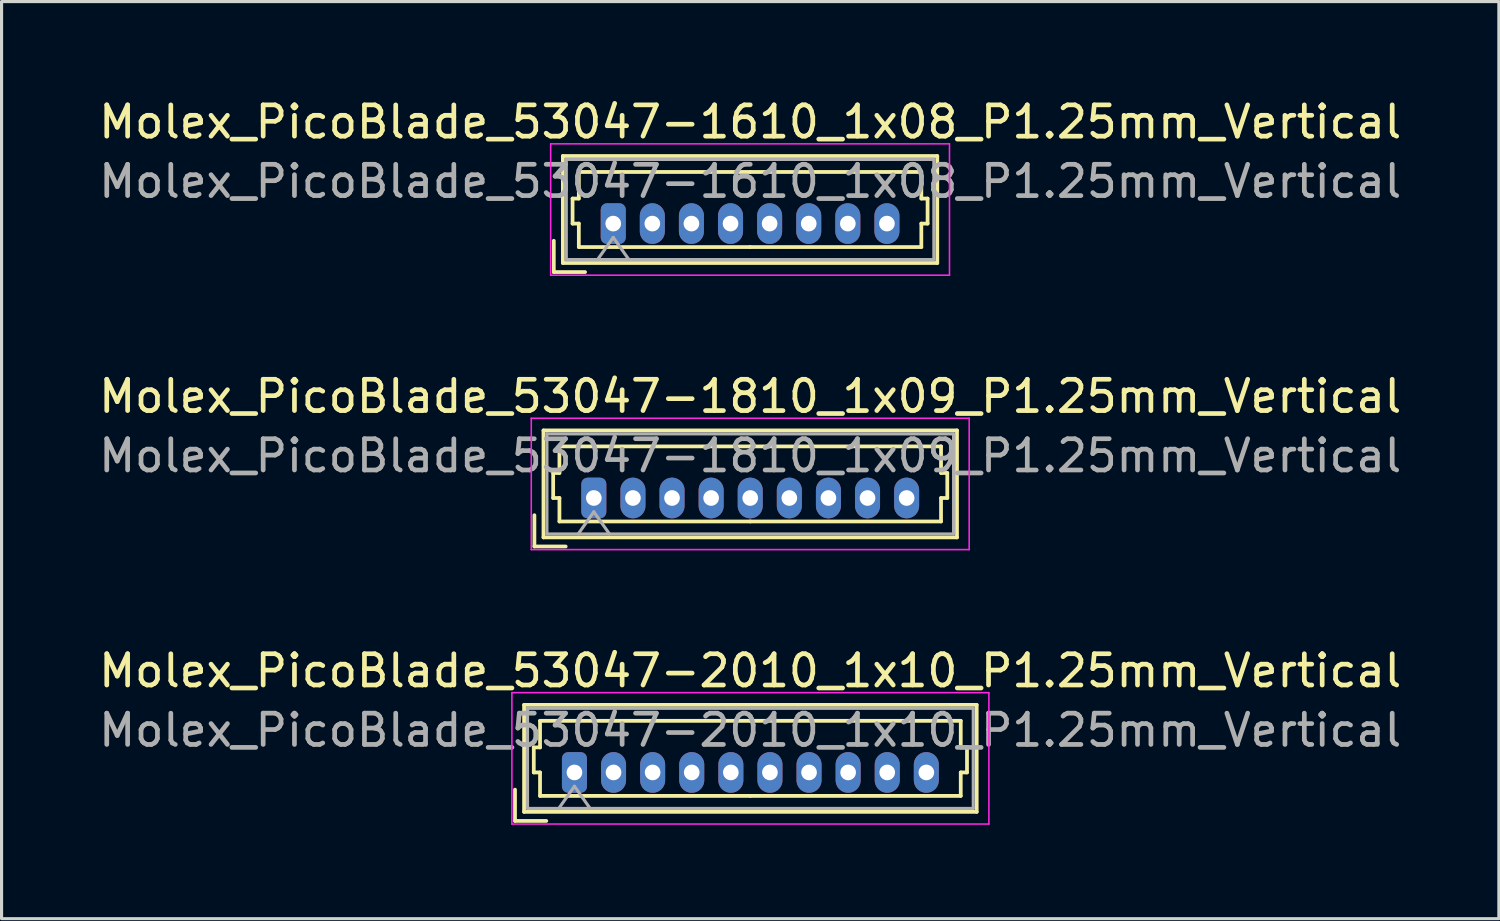
<source format=kicad_pcb>
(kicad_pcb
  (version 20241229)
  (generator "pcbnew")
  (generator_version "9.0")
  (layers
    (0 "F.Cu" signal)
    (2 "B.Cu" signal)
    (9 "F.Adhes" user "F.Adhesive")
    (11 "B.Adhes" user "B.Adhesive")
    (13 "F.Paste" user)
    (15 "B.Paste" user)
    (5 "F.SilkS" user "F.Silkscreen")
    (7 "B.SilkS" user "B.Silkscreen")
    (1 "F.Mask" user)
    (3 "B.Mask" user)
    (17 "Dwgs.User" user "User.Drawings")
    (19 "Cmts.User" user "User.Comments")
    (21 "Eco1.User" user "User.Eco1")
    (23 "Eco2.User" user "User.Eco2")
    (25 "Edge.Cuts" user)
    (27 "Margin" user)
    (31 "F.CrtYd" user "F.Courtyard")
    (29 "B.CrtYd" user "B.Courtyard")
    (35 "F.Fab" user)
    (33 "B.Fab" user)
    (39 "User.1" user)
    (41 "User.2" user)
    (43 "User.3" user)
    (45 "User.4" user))
  (footprint "Molex_PicoBlade_53047-2010_1x10_P1.25mm_Vertical"
    (layer "F.Cu")
    (at 15.315 21.645)
    (property "Reference" "Molex_PicoBlade_53047-2010_1x10_P1.25mm_Vertical" (at 5.62 -3.25 0) (layer "F.SilkS") (effects (font (size 1 1) (thickness 0.15))))
    (attr through_hole)
    (fp_line (start -1.9 1.55) (end -1.9 0.55) (stroke (width 0.12) (type solid)) (layer "F.SilkS"))
    (fp_line (start -1.9 1.55) (end -0.9 1.55) (stroke (width 0.12) (type solid)) (layer "F.SilkS"))
    (fp_line (start -1.61 -2.16) (end -1.61 1.26) (stroke (width 0.12) (type solid)) (layer "F.SilkS"))
    (fp_line (start -1.61 1.26) (end 12.86 1.26) (stroke (width 0.12) (type solid)) (layer "F.SilkS"))
    (fp_line (start -1.3 -0.8) (end -1.1 -0.8) (stroke (width 0.12) (type solid)) (layer "F.SilkS"))
    (fp_line (start -1.3 0) (end -1.3 -0.8) (stroke (width 0.12) (type solid)) (layer "F.SilkS"))
    (fp_line (start -1.1 -1.65) (end 5.625 -1.65) (stroke (width 0.12) (type solid)) (layer "F.SilkS"))
    (fp_line (start -1.1 -0.8) (end -1.1 -1.65) (stroke (width 0.12) (type solid)) (layer "F.SilkS"))
    (fp_line (start -1.1 0) (end -1.3 0) (stroke (width 0.12) (type solid)) (layer "F.SilkS"))
    (fp_line (start -1.1 0.75) (end -1.1 0) (stroke (width 0.12) (type solid)) (layer "F.SilkS"))
    (fp_line (start 5.625 0.75) (end -1.1 0.75) (stroke (width 0.12) (type solid)) (layer "F.SilkS"))
    (fp_line (start 5.625 0.75) (end 12.35 0.75) (stroke (width 0.12) (type solid)) (layer "F.SilkS"))
    (fp_line (start 12.35 -1.65) (end 5.625 -1.65) (stroke (width 0.12) (type solid)) (layer "F.SilkS"))
    (fp_line (start 12.35 -0.8) (end 12.35 -1.65) (stroke (width 0.12) (type solid)) (layer "F.SilkS"))
    (fp_line (start 12.35 0) (end 12.55 0) (stroke (width 0.12) (type solid)) (layer "F.SilkS"))
    (fp_line (start 12.35 0.75) (end 12.35 0) (stroke (width 0.12) (type solid)) (layer "F.SilkS"))
    (fp_line (start 12.55 -0.8) (end 12.35 -0.8) (stroke (width 0.12) (type solid)) (layer "F.SilkS"))
    (fp_line (start 12.55 0) (end 12.55 -0.8) (stroke (width 0.12) (type solid)) (layer "F.SilkS"))
    (fp_line (start 12.86 -2.16) (end -1.61 -2.16) (stroke (width 0.12) (type solid)) (layer "F.SilkS"))
    (fp_line (start 12.86 1.26) (end 12.86 -2.16) (stroke (width 0.12) (type solid)) (layer "F.SilkS"))
    (fp_line (start -2 -2.55) (end -2 1.65) (stroke (width 0.05) (type solid)) (layer "F.CrtYd"))
    (fp_line (start -2 1.65) (end 13.25 1.65) (stroke (width 0.05) (type solid)) (layer "F.CrtYd"))
    (fp_line (start 13.25 -2.55) (end -2 -2.55) (stroke (width 0.05) (type solid)) (layer "F.CrtYd"))
    (fp_line (start 13.25 1.65) (end 13.25 -2.55) (stroke (width 0.05) (type solid)) (layer "F.CrtYd"))
    (fp_line (start -1.5 -2.05) (end -1.5 1.15) (stroke (width 0.1) (type solid)) (layer "F.Fab"))
    (fp_line (start -1.5 1.15) (end 12.75 1.15) (stroke (width 0.1) (type solid)) (layer "F.Fab"))
    (fp_line (start -0.5 1.15) (end 0 0.443) (stroke (width 0.1) (type solid)) (layer "F.Fab"))
    (fp_line (start 0 0.443) (end 0.5 1.15) (stroke (width 0.1) (type solid)) (layer "F.Fab"))
    (fp_line (start 12.75 -2.05) (end -1.5 -2.05) (stroke (width 0.1) (type solid)) (layer "F.Fab"))
    (fp_line (start 12.75 1.15) (end 12.75 -2.05) (stroke (width 0.1) (type solid)) (layer "F.Fab"))
    (fp_text user "${REFERENCE}" (at 5.62 -1.35 0) (layer "F.Fab") (effects (font (size 1 1) (thickness 0.15))))
    (pad "1" thru_hole roundrect (at 0 0) (size 0.8 1.3) (drill 0.5) (layers "*.Cu" "*.Mask") (roundrect_rratio 0.25))
    (pad "2" thru_hole oval (at 1.25 0) (size 0.8 1.3) (drill 0.5) (layers "*.Cu" "*.Mask"))
    (pad "3" thru_hole oval (at 2.5 0) (size 0.8 1.3) (drill 0.5) (layers "*.Cu" "*.Mask"))
    (pad "4" thru_hole oval (at 3.75 0) (size 0.8 1.3) (drill 0.5) (layers "*.Cu" "*.Mask"))
    (pad "5" thru_hole oval (at 5 0) (size 0.8 1.3) (drill 0.5) (layers "*.Cu" "*.Mask"))
    (pad "6" thru_hole oval (at 6.25 0) (size 0.8 1.3) (drill 0.5) (layers "*.Cu" "*.Mask"))
    (pad "7" thru_hole oval (at 7.5 0) (size 0.8 1.3) (drill 0.5) (layers "*.Cu" "*.Mask"))
    (pad "8" thru_hole oval (at 8.75 0) (size 0.8 1.3) (drill 0.5) (layers "*.Cu" "*.Mask"))
    (pad "9" thru_hole oval (at 10 0) (size 0.8 1.3) (drill 0.5) (layers "*.Cu" "*.Mask"))
    (pad "10" thru_hole oval (at 11.25 0) (size 0.8 1.3) (drill 0.5) (layers "*.Cu" "*.Mask")))
  (footprint "Molex_PicoBlade_53047-1810_1x09_P1.25mm_Vertical"
    (layer "F.Cu")
    (at 15.935 12.871)
    (property "Reference" "Molex_PicoBlade_53047-1810_1x09_P1.25mm_Vertical" (at 5 -3.25 0) (layer "F.SilkS") (effects (font (size 1 1) (thickness 0.15))))
    (attr through_hole)
    (fp_line (start -1.9 1.55) (end -1.9 0.55) (stroke (width 0.12) (type solid)) (layer "F.SilkS"))
    (fp_line (start -1.9 1.55) (end -0.9 1.55) (stroke (width 0.12) (type solid)) (layer "F.SilkS"))
    (fp_line (start -1.61 -2.16) (end -1.61 1.26) (stroke (width 0.12) (type solid)) (layer "F.SilkS"))
    (fp_line (start -1.61 1.26) (end 11.61 1.26) (stroke (width 0.12) (type solid)) (layer "F.SilkS"))
    (fp_line (start -1.3 -0.8) (end -1.1 -0.8) (stroke (width 0.12) (type solid)) (layer "F.SilkS"))
    (fp_line (start -1.3 0) (end -1.3 -0.8) (stroke (width 0.12) (type solid)) (layer "F.SilkS"))
    (fp_line (start -1.1 -1.65) (end 5 -1.65) (stroke (width 0.12) (type solid)) (layer "F.SilkS"))
    (fp_line (start -1.1 -0.8) (end -1.1 -1.65) (stroke (width 0.12) (type solid)) (layer "F.SilkS"))
    (fp_line (start -1.1 0) (end -1.3 0) (stroke (width 0.12) (type solid)) (layer "F.SilkS"))
    (fp_line (start -1.1 0.75) (end -1.1 0) (stroke (width 0.12) (type solid)) (layer "F.SilkS"))
    (fp_line (start 5 0.75) (end -1.1 0.75) (stroke (width 0.12) (type solid)) (layer "F.SilkS"))
    (fp_line (start 5 0.75) (end 11.1 0.75) (stroke (width 0.12) (type solid)) (layer "F.SilkS"))
    (fp_line (start 11.1 -1.65) (end 5 -1.65) (stroke (width 0.12) (type solid)) (layer "F.SilkS"))
    (fp_line (start 11.1 -0.8) (end 11.1 -1.65) (stroke (width 0.12) (type solid)) (layer "F.SilkS"))
    (fp_line (start 11.1 0) (end 11.3 0) (stroke (width 0.12) (type solid)) (layer "F.SilkS"))
    (fp_line (start 11.1 0.75) (end 11.1 0) (stroke (width 0.12) (type solid)) (layer "F.SilkS"))
    (fp_line (start 11.3 -0.8) (end 11.1 -0.8) (stroke (width 0.12) (type solid)) (layer "F.SilkS"))
    (fp_line (start 11.3 0) (end 11.3 -0.8) (stroke (width 0.12) (type solid)) (layer "F.SilkS"))
    (fp_line (start 11.61 -2.16) (end -1.61 -2.16) (stroke (width 0.12) (type solid)) (layer "F.SilkS"))
    (fp_line (start 11.61 1.26) (end 11.61 -2.16) (stroke (width 0.12) (type solid)) (layer "F.SilkS"))
    (fp_line (start -2 -2.55) (end -2 1.65) (stroke (width 0.05) (type solid)) (layer "F.CrtYd"))
    (fp_line (start -2 1.65) (end 12 1.65) (stroke (width 0.05) (type solid)) (layer "F.CrtYd"))
    (fp_line (start 12 -2.55) (end -2 -2.55) (stroke (width 0.05) (type solid)) (layer "F.CrtYd"))
    (fp_line (start 12 1.65) (end 12 -2.55) (stroke (width 0.05) (type solid)) (layer "F.CrtYd"))
    (fp_line (start -1.5 -2.05) (end -1.5 1.15) (stroke (width 0.1) (type solid)) (layer "F.Fab"))
    (fp_line (start -1.5 1.15) (end 11.5 1.15) (stroke (width 0.1) (type solid)) (layer "F.Fab"))
    (fp_line (start -0.5 1.15) (end 0 0.443) (stroke (width 0.1) (type solid)) (layer "F.Fab"))
    (fp_line (start 0 0.443) (end 0.5 1.15) (stroke (width 0.1) (type solid)) (layer "F.Fab"))
    (fp_line (start 11.5 -2.05) (end -1.5 -2.05) (stroke (width 0.1) (type solid)) (layer "F.Fab"))
    (fp_line (start 11.5 1.15) (end 11.5 -2.05) (stroke (width 0.1) (type solid)) (layer "F.Fab"))
    (fp_text user "${REFERENCE}" (at 5 -1.35 0) (layer "F.Fab") (effects (font (size 1 1) (thickness 0.15))))
    (pad "1" thru_hole roundrect (at 0 0) (size 0.8 1.3) (drill 0.5) (layers "*.Cu" "*.Mask") (roundrect_rratio 0.25))
    (pad "2" thru_hole oval (at 1.25 0) (size 0.8 1.3) (drill 0.5) (layers "*.Cu" "*.Mask"))
    (pad "3" thru_hole oval (at 2.5 0) (size 0.8 1.3) (drill 0.5) (layers "*.Cu" "*.Mask"))
    (pad "4" thru_hole oval (at 3.75 0) (size 0.8 1.3) (drill 0.5) (layers "*.Cu" "*.Mask"))
    (pad "5" thru_hole oval (at 5 0) (size 0.8 1.3) (drill 0.5) (layers "*.Cu" "*.Mask"))
    (pad "6" thru_hole oval (at 6.25 0) (size 0.8 1.3) (drill 0.5) (layers "*.Cu" "*.Mask"))
    (pad "7" thru_hole oval (at 7.5 0) (size 0.8 1.3) (drill 0.5) (layers "*.Cu" "*.Mask"))
    (pad "8" thru_hole oval (at 8.75 0) (size 0.8 1.3) (drill 0.5) (layers "*.Cu" "*.Mask"))
    (pad "9" thru_hole oval (at 10 0) (size 0.8 1.3) (drill 0.5) (layers "*.Cu" "*.Mask")))
  (footprint "Molex_PicoBlade_53047-1610_1x08_P1.25mm_Vertical"
    (layer "F.Cu")
    (at 16.555 4.098)
    (property "Reference" "Molex_PicoBlade_53047-1610_1x08_P1.25mm_Vertical" (at 4.38 -3.25 0) (layer "F.SilkS") (effects (font (size 1 1) (thickness 0.15))))
    (attr through_hole)
    (fp_line (start -1.9 1.55) (end -1.9 0.55) (stroke (width 0.12) (type solid)) (layer "F.SilkS"))
    (fp_line (start -1.9 1.55) (end -0.9 1.55) (stroke (width 0.12) (type solid)) (layer "F.SilkS"))
    (fp_line (start -1.61 -2.16) (end -1.61 1.26) (stroke (width 0.12) (type solid)) (layer "F.SilkS"))
    (fp_line (start -1.61 1.26) (end 10.36 1.26) (stroke (width 0.12) (type solid)) (layer "F.SilkS"))
    (fp_line (start -1.3 -0.8) (end -1.1 -0.8) (stroke (width 0.12) (type solid)) (layer "F.SilkS"))
    (fp_line (start -1.3 0) (end -1.3 -0.8) (stroke (width 0.12) (type solid)) (layer "F.SilkS"))
    (fp_line (start -1.1 -1.65) (end 4.375 -1.65) (stroke (width 0.12) (type solid)) (layer "F.SilkS"))
    (fp_line (start -1.1 -0.8) (end -1.1 -1.65) (stroke (width 0.12) (type solid)) (layer "F.SilkS"))
    (fp_line (start -1.1 0) (end -1.3 0) (stroke (width 0.12) (type solid)) (layer "F.SilkS"))
    (fp_line (start -1.1 0.75) (end -1.1 0) (stroke (width 0.12) (type solid)) (layer "F.SilkS"))
    (fp_line (start 4.375 0.75) (end -1.1 0.75) (stroke (width 0.12) (type solid)) (layer "F.SilkS"))
    (fp_line (start 4.375 0.75) (end 9.85 0.75) (stroke (width 0.12) (type solid)) (layer "F.SilkS"))
    (fp_line (start 9.85 -1.65) (end 4.375 -1.65) (stroke (width 0.12) (type solid)) (layer "F.SilkS"))
    (fp_line (start 9.85 -0.8) (end 9.85 -1.65) (stroke (width 0.12) (type solid)) (layer "F.SilkS"))
    (fp_line (start 9.85 0) (end 10.05 0) (stroke (width 0.12) (type solid)) (layer "F.SilkS"))
    (fp_line (start 9.85 0.75) (end 9.85 0) (stroke (width 0.12) (type solid)) (layer "F.SilkS"))
    (fp_line (start 10.05 -0.8) (end 9.85 -0.8) (stroke (width 0.12) (type solid)) (layer "F.SilkS"))
    (fp_line (start 10.05 0) (end 10.05 -0.8) (stroke (width 0.12) (type solid)) (layer "F.SilkS"))
    (fp_line (start 10.36 -2.16) (end -1.61 -2.16) (stroke (width 0.12) (type solid)) (layer "F.SilkS"))
    (fp_line (start 10.36 1.26) (end 10.36 -2.16) (stroke (width 0.12) (type solid)) (layer "F.SilkS"))
    (fp_line (start -2 -2.55) (end -2 1.65) (stroke (width 0.05) (type solid)) (layer "F.CrtYd"))
    (fp_line (start -2 1.65) (end 10.75 1.65) (stroke (width 0.05) (type solid)) (layer "F.CrtYd"))
    (fp_line (start 10.75 -2.55) (end -2 -2.55) (stroke (width 0.05) (type solid)) (layer "F.CrtYd"))
    (fp_line (start 10.75 1.65) (end 10.75 -2.55) (stroke (width 0.05) (type solid)) (layer "F.CrtYd"))
    (fp_line (start -1.5 -2.05) (end -1.5 1.15) (stroke (width 0.1) (type solid)) (layer "F.Fab"))
    (fp_line (start -1.5 1.15) (end 10.25 1.15) (stroke (width 0.1) (type solid)) (layer "F.Fab"))
    (fp_line (start -0.5 1.15) (end 0 0.443) (stroke (width 0.1) (type solid)) (layer "F.Fab"))
    (fp_line (start 0 0.443) (end 0.5 1.15) (stroke (width 0.1) (type solid)) (layer "F.Fab"))
    (fp_line (start 10.25 -2.05) (end -1.5 -2.05) (stroke (width 0.1) (type solid)) (layer "F.Fab"))
    (fp_line (start 10.25 1.15) (end 10.25 -2.05) (stroke (width 0.1) (type solid)) (layer "F.Fab"))
    (fp_text user "${REFERENCE}" (at 4.38 -1.35 0) (layer "F.Fab") (effects (font (size 1 1) (thickness 0.15))))
    (pad "1" thru_hole roundrect (at 0 0) (size 0.8 1.3) (drill 0.5) (layers "*.Cu" "*.Mask") (roundrect_rratio 0.25))
    (pad "2" thru_hole oval (at 1.25 0) (size 0.8 1.3) (drill 0.5) (layers "*.Cu" "*.Mask"))
    (pad "3" thru_hole oval (at 2.5 0) (size 0.8 1.3) (drill 0.5) (layers "*.Cu" "*.Mask"))
    (pad "4" thru_hole oval (at 3.75 0) (size 0.8 1.3) (drill 0.5) (layers "*.Cu" "*.Mask"))
    (pad "5" thru_hole oval (at 5 0) (size 0.8 1.3) (drill 0.5) (layers "*.Cu" "*.Mask"))
    (pad "6" thru_hole oval (at 6.25 0) (size 0.8 1.3) (drill 0.5) (layers "*.Cu" "*.Mask"))
    (pad "7" thru_hole oval (at 7.5 0) (size 0.8 1.3) (drill 0.5) (layers "*.Cu" "*.Mask"))
    (pad "8" thru_hole oval (at 8.75 0) (size 0.8 1.3) (drill 0.5) (layers "*.Cu" "*.Mask")))
  (gr_rect
    (start -3 -3)
    (end 44.869 26.32)
    (stroke (width 0.1) (type default))
    (fill no)
    (layer "Edge.Cuts")))
</source>
